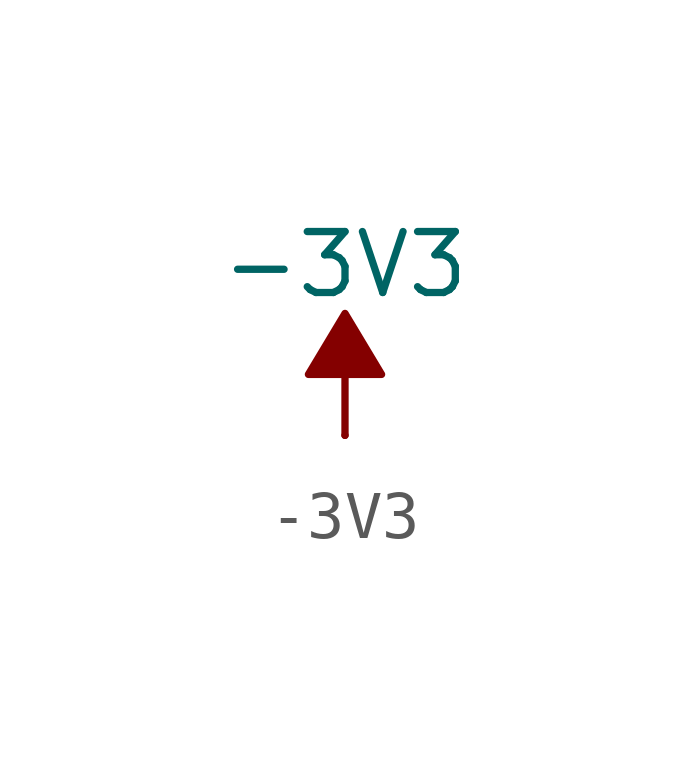
<source format=kicad_sym>
(kicad_symbol_lib
  (version 20231120)
  (generator "kicad_symbol_editor")
  (generator_version "8.0")
  (symbol "-3V3"
    (power)
    (pin_numbers hide)
    (pin_names
      (offset 0) hide)
    (property "Reference" "#PWR"
      (at 0 -3.81 0)
      (effects (font (size 1.27 1.27)) (hide yes)))
    (property "Value" "-3V3"
      (at 0 3.556 0)
      (effects (font (size 1.27 1.27))))
    (symbol "-3V3_0_0"
      (pin power_in line (at 0 0 90) (length 0) (name "~" (effects (font (size 1.27 1.27)))) (number "1" (effects (font (size 1.27 1.27))))))
    (symbol "-3V3_0_1"
      (polyline (pts (xy 0 0) (xy 0 1.27) (xy 0.762 1.27) (xy 0 2.54) (xy -0.762 1.27) (xy 0 1.27)) (stroke (width 0) (type default)) (fill (type outline))))))
</source>
